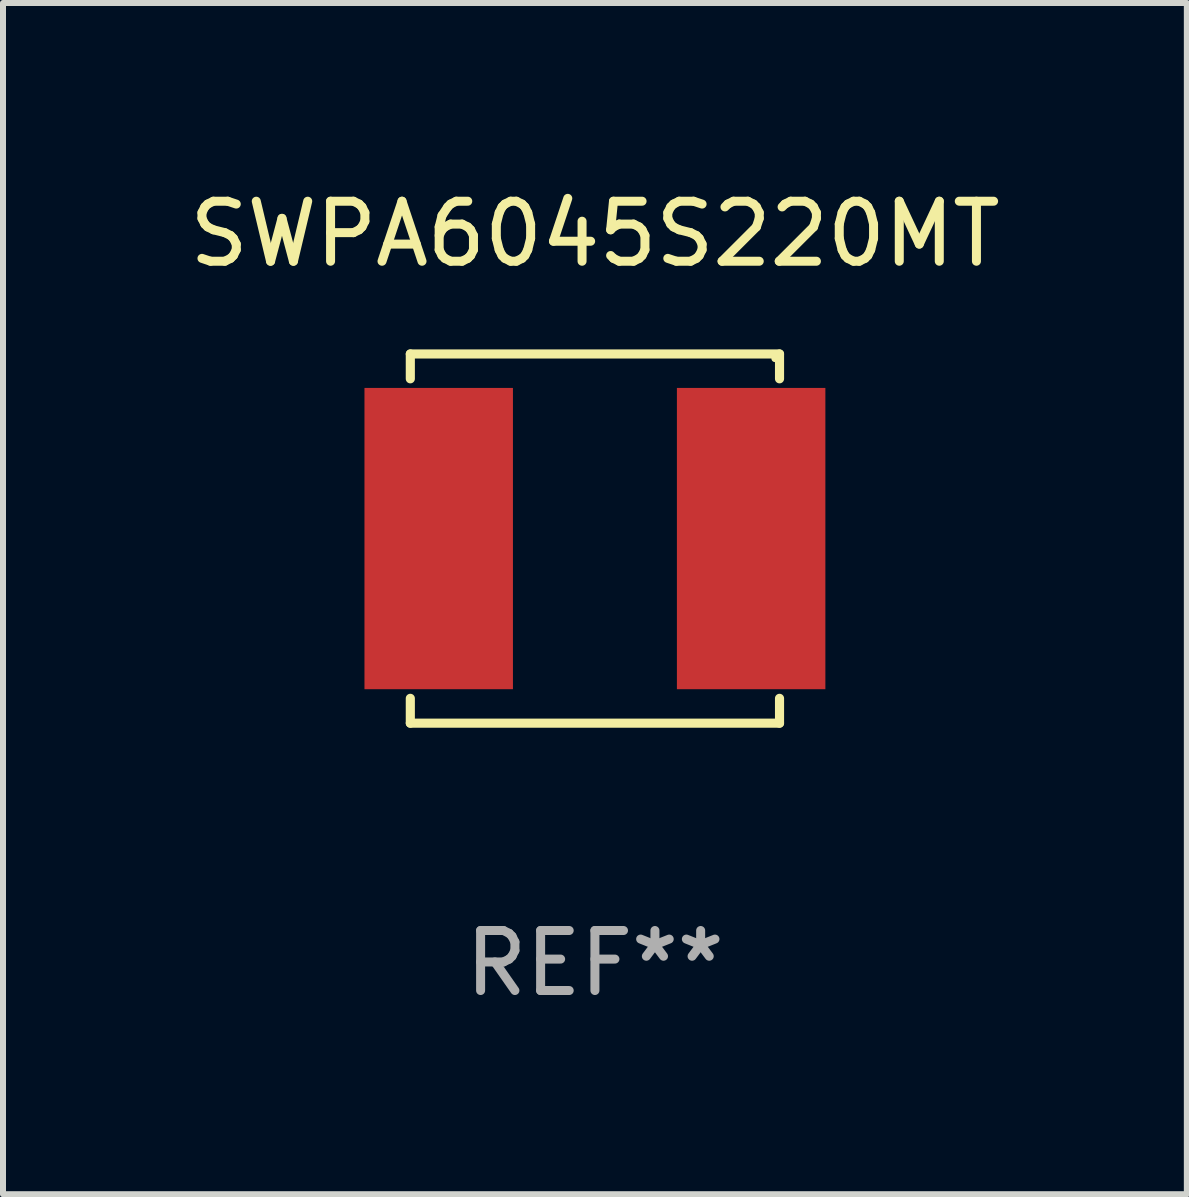
<source format=kicad_pcb>
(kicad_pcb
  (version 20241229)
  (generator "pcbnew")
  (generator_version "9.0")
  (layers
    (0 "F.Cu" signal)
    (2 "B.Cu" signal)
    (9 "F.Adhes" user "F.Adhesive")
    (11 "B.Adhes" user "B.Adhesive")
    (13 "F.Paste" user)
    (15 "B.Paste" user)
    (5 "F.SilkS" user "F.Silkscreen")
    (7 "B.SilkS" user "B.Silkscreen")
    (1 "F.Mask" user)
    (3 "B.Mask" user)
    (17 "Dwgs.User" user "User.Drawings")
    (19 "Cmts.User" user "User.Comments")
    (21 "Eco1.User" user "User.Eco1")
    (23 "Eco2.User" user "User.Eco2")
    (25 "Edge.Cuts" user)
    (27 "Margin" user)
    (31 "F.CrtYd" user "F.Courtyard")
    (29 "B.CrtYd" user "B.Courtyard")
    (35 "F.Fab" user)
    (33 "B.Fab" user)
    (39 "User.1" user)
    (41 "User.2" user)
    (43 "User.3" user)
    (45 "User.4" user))
  (footprint "SWPA6045S220MT"
    (layer "F.Cu")
    (at 6.863 5.924)
    (property "Reference" "SWPA6045S220MT" (at 0 -5.076 0) (layer "F.SilkS") (effects (font (size 1 1) (thickness 0.15))))
    (attr through_hole)
    (fp_line (start -3.076 -3.076) (end 3.076 -3.076) (stroke (width 0.152) (type solid)) (layer "F.SilkS"))
    (fp_line (start -3.076 -2.662) (end -3.076 -3.076) (stroke (width 0.152) (type solid)) (layer "F.SilkS"))
    (fp_line (start -3.076 2.662) (end -3.076 3.076) (stroke (width 0.152) (type solid)) (layer "F.SilkS"))
    (fp_line (start -3.076 3.076) (end 3.076 3.076) (stroke (width 0.152) (type solid)) (layer "F.SilkS"))
    (fp_line (start 3.076 -3.076) (end 3.076 -2.662) (stroke (width 0.152) (type solid)) (layer "F.SilkS"))
    (fp_line (start 3.076 3.076) (end 3.076 2.662) (stroke (width 0.152) (type solid)) (layer "F.SilkS"))
    (fp_circle (center 3 -3) (end 3.03 -3) (stroke (width 0.06) (type solid)) (fill no) (layer "F.SilkS"))
    (fp_text user "REF**" (at 0 7.076 0) (layer "F.Fab") (effects (font (size 1 1) (thickness 0.15))))
    (pad "1" smd rect (at 2.603 0) (size 2.474 5.02) (layers "F.Cu" "F.Mask" "F.Paste"))
    (pad "2" smd rect (at -2.603 0) (size 2.474 5.02) (layers "F.Cu" "F.Mask" "F.Paste")))
  (gr_rect
    (start -3 -3)
    (end 16.726 16.849)
    (stroke (width 0.1) (type default))
    (fill no)
    (layer "Edge.Cuts")))
</source>
